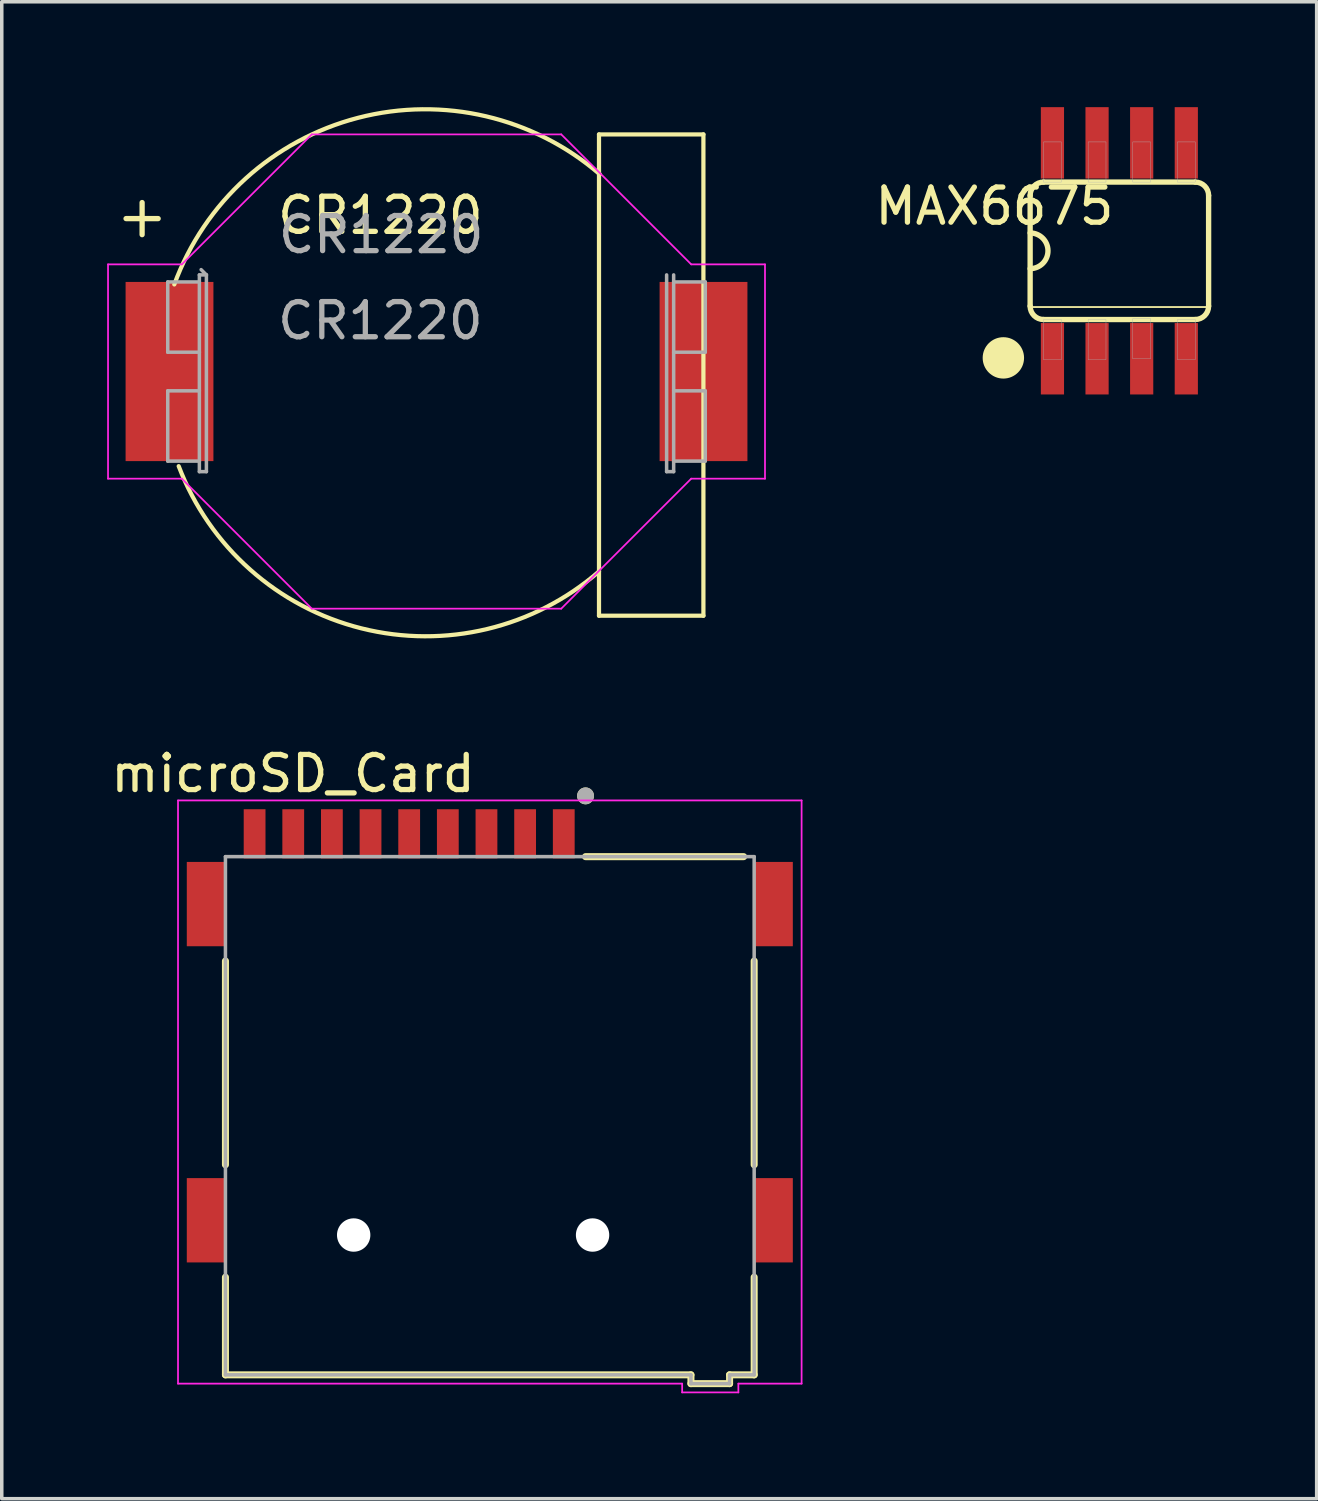
<source format=kicad_pcb>
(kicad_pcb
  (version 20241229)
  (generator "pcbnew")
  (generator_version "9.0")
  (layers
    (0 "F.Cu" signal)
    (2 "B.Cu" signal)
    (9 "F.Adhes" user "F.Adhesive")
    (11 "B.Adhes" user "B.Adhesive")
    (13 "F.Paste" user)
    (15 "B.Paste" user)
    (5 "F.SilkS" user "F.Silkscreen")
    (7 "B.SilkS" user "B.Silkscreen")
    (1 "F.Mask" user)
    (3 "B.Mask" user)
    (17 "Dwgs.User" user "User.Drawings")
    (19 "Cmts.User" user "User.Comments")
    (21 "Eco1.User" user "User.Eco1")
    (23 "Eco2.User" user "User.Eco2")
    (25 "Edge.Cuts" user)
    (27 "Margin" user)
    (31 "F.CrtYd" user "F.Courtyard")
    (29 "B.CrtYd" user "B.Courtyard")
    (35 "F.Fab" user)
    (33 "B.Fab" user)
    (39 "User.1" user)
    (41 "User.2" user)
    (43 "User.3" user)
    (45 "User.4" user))
  (footprint "CR1220"
    (layer "F.Cu")
    (at 9.352 7.476)
    (property "Reference" "CR1220" (at -1.575 -4.396 0) (unlocked yes) (layer "F.SilkS") (effects (font (size 1 1) (thickness 0.15))))
    (attr smd)
    (fp_line (start 4.648 -6.7) (end 4.648 7) (stroke (width 0.12) (type solid)) (layer "F.SilkS"))
    (fp_line (start 4.648 -6.7) (end 7.62 -6.7) (stroke (width 0.12) (type solid)) (layer "F.SilkS"))
    (fp_line (start 4.648 7) (end 7.62 7) (stroke (width 0.12) (type solid)) (layer "F.SilkS"))
    (fp_line (start 7.62 -6.7) (end 7.62 7) (stroke (width 0.12) (type solid)) (layer "F.SilkS"))
    (fp_arc (start -7.440562 -2.429759) (mid -2.205182 -7.173557) (end 4.6736 -5.5626) (stroke (width 0.12) (type solid)) (layer "F.SilkS"))
    (fp_arc (start 4.6482 5.7404) (mid -2.118797 7.358592) (end -7.3152 2.7432) (stroke (width 0.12) (type solid)) (layer "F.SilkS"))
    (fp_line (start -9.327 -3.001) (end -7.227 -3.001) (stroke (width 0.05) (type solid)) (layer "F.CrtYd"))
    (fp_line (start -9.327 3.099) (end -9.327 -3.001) (stroke (width 0.05) (type solid)) (layer "F.CrtYd"))
    (fp_line (start -9.327 3.099) (end -7.227 3.099) (stroke (width 0.05) (type solid)) (layer "F.CrtYd"))
    (fp_line (start -7.227 -3.001) (end -3.527 -6.701) (stroke (width 0.05) (type solid)) (layer "F.CrtYd"))
    (fp_line (start -3.527 -6.701) (end 3.573 -6.701) (stroke (width 0.05) (type solid)) (layer "F.CrtYd"))
    (fp_line (start -3.527 6.799) (end -7.227 3.099) (stroke (width 0.05) (type solid)) (layer "F.CrtYd"))
    (fp_line (start -3.527 6.799) (end 3.573 6.799) (stroke (width 0.05) (type solid)) (layer "F.CrtYd"))
    (fp_line (start 3.573 -6.701) (end 7.273 -3.001) (stroke (width 0.05) (type solid)) (layer "F.CrtYd"))
    (fp_line (start 3.573 6.799) (end 7.273 3.099) (stroke (width 0.05) (type solid)) (layer "F.CrtYd"))
    (fp_line (start 7.273 -3.001) (end 9.373 -3.001) (stroke (width 0.05) (type solid)) (layer "F.CrtYd"))
    (fp_line (start 9.373 -3.001) (end 9.373 3.099) (stroke (width 0.05) (type solid)) (layer "F.CrtYd"))
    (fp_line (start 9.373 3.099) (end 7.273 3.099) (stroke (width 0.05) (type solid)) (layer "F.CrtYd"))
    (fp_line (start -7.627 -2.501) (end -7.627 -0.501) (stroke (width 0.1) (type solid)) (layer "F.Fab"))
    (fp_line (start -7.627 -2.501) (end -6.727 -2.501) (stroke (width 0.1) (type solid)) (layer "F.Fab"))
    (fp_line (start -7.627 -0.501) (end -6.727 -0.501) (stroke (width 0.1) (type solid)) (layer "F.Fab"))
    (fp_line (start -7.627 0.599) (end -7.627 2.599) (stroke (width 0.1) (type solid)) (layer "F.Fab"))
    (fp_line (start -7.627 2.599) (end -6.727 2.599) (stroke (width 0.1) (type solid)) (layer "F.Fab"))
    (fp_line (start -6.727 -2.701) (end -6.527 -2.701) (stroke (width 0.1) (type solid)) (layer "F.Fab"))
    (fp_line (start -6.727 0.599) (end -7.627 0.599) (stroke (width 0.1) (type solid)) (layer "F.Fab"))
    (fp_line (start -6.727 2.899) (end -6.727 -2.701) (stroke (width 0.1) (type solid)) (layer "F.Fab"))
    (fp_line (start -6.727 2.899) (end -6.527 2.899) (stroke (width 0.1) (type solid)) (layer "F.Fab"))
    (fp_line (start -6.527 -2.701) (end -6.677 -2.851) (stroke (width 0.1) (type solid)) (layer "F.Fab"))
    (fp_line (start -6.527 2.899) (end -6.527 -2.701) (stroke (width 0.1) (type solid)) (layer "F.Fab"))
    (fp_line (start 6.573 2.899) (end 6.573 -2.701) (stroke (width 0.1) (type solid)) (layer "F.Fab"))
    (fp_line (start 6.773 -0.501) (end 7.673 -0.501) (stroke (width 0.1) (type solid)) (layer "F.Fab"))
    (fp_line (start 6.773 2.599) (end 7.673 2.599) (stroke (width 0.1) (type solid)) (layer "F.Fab"))
    (fp_line (start 6.773 2.899) (end 6.573 2.899) (stroke (width 0.1) (type solid)) (layer "F.Fab"))
    (fp_line (start 6.773 2.899) (end 6.773 -2.701) (stroke (width 0.1) (type solid)) (layer "F.Fab"))
    (fp_line (start 7.673 -2.501) (end 6.773 -2.501) (stroke (width 0.1) (type solid)) (layer "F.Fab"))
    (fp_line (start 7.673 -0.501) (end 7.673 -2.501) (stroke (width 0.1) (type solid)) (layer "F.Fab"))
    (fp_line (start 7.673 0.599) (end 6.773 0.599) (stroke (width 0.1) (type solid)) (layer "F.Fab"))
    (fp_line (start 7.673 2.599) (end 7.673 0.599) (stroke (width 0.1) (type solid)) (layer "F.Fab"))
    (fp_text user "+" (at -8.357 -4.394 0) (unlocked yes) (layer "F.SilkS") (effects (font (size 1.2 1.2) (thickness 0.15))))
    (fp_text user "${REFERENCE}" (at -1.575 -1.396 0) (unlocked yes) (layer "F.Fab") (effects (font (size 1 1) (thickness 0.15))))
    (fp_text user "${REFERENCE}" (at -1.552 -3.847 0) (layer "F.Fab") (effects (font (size 1 1) (thickness 0.15))))
    (pad "1" smd rect (at -7.577 0.049) (size 2.5 5.1) (layers "F.Cu" "F.Mask" "F.Paste"))
    (pad "2" smd rect (at 7.623 0.049) (size 2.5 5.1) (layers "F.Cu" "F.Mask" "F.Paste")))
  (footprint "microSD_Card"
    (layer "F.Cu")
    (at 10.417 32.104)
    (property "Reference" "microSD_Card" (at -5.125 -13.135 0) (layer "F.SilkS") (effects (font (size 1 1) (thickness 0.15))))
    (attr smd)
    (fp_line (start -7.05 -2) (end -7.05 -7.8) (stroke (width 0.2) (type solid)) (layer "F.SilkS"))
    (fp_line (start -7.05 3.98) (end -7.05 1.2) (stroke (width 0.2) (type solid)) (layer "F.SilkS"))
    (fp_line (start -7.05 3.98) (end 6.2 3.98) (stroke (width 0.2) (type solid)) (layer "F.SilkS"))
    (fp_line (start 3.2 -10.77) (end 7.7 -10.77) (stroke (width 0.2) (type solid)) (layer "F.SilkS"))
    (fp_line (start 6.2 3.98) (end 6.2 4.23) (stroke (width 0.2) (type solid)) (layer "F.SilkS"))
    (fp_line (start 6.2 4.23) (end 7.3 4.23) (stroke (width 0.2) (type solid)) (layer "F.SilkS"))
    (fp_line (start 7.3 3.98) (end 8 3.98) (stroke (width 0.2) (type solid)) (layer "F.SilkS"))
    (fp_line (start 7.3 4.23) (end 7.3 3.98) (stroke (width 0.2) (type solid)) (layer "F.SilkS"))
    (fp_line (start 8 -2) (end 8 -7.8) (stroke (width 0.2) (type solid)) (layer "F.SilkS"))
    (fp_line (start 8 3.98) (end 8 1.2) (stroke (width 0.2) (type solid)) (layer "F.SilkS"))
    (fp_circle (center 3.2 -12.5) (end 3.32 -12.5) (stroke (width 0.24) (type solid)) (fill no) (layer "F.SilkS"))
    (fp_line (start -8.4 -12.37) (end 9.35 -12.37) (stroke (width 0.05) (type solid)) (layer "F.CrtYd"))
    (fp_line (start -8.4 4.23) (end -8.4 -12.37) (stroke (width 0.05) (type solid)) (layer "F.CrtYd"))
    (fp_line (start -8.4 4.23) (end 5.95 4.23) (stroke (width 0.05) (type solid)) (layer "F.CrtYd"))
    (fp_line (start 5.95 4.23) (end 5.95 4.48) (stroke (width 0.05) (type solid)) (layer "F.CrtYd"))
    (fp_line (start 5.95 4.48) (end 7.55 4.48) (stroke (width 0.05) (type solid)) (layer "F.CrtYd"))
    (fp_line (start 7.55 4.23) (end 9.35 4.23) (stroke (width 0.05) (type solid)) (layer "F.CrtYd"))
    (fp_line (start 7.55 4.48) (end 7.55 4.23) (stroke (width 0.05) (type solid)) (layer "F.CrtYd"))
    (fp_line (start 9.35 -12.37) (end 9.35 4.23) (stroke (width 0.05) (type solid)) (layer "F.CrtYd"))
    (fp_line (start -7.05 -10.77) (end 8 -10.77) (stroke (width 0.1) (type solid)) (layer "F.Fab"))
    (fp_line (start -7.05 3.98) (end -7.05 -10.77) (stroke (width 0.1) (type solid)) (layer "F.Fab"))
    (fp_line (start -7.05 3.98) (end 6.2 3.98) (stroke (width 0.1) (type solid)) (layer "F.Fab"))
    (fp_line (start 6.2 3.98) (end 6.2 4.23) (stroke (width 0.1) (type solid)) (layer "F.Fab"))
    (fp_line (start 6.2 4.23) (end 7.3 4.23) (stroke (width 0.1) (type solid)) (layer "F.Fab"))
    (fp_line (start 7.3 3.98) (end 8 3.98) (stroke (width 0.1) (type solid)) (layer "F.Fab"))
    (fp_line (start 7.3 4.23) (end 7.3 3.98) (stroke (width 0.1) (type solid)) (layer "F.Fab"))
    (fp_line (start 8 3.98) (end 8 -10.77) (stroke (width 0.1) (type solid)) (layer "F.Fab"))
    (fp_circle (center 3.2 -12.5) (end 3.32 -12.5) (stroke (width 0.24) (type solid)) (fill no) (layer "F.Fab"))
    (pad "" np_thru_hole circle (at -3.4 0) (size 0.95 0.95) (drill 0.95) (layers "*.Cu" "*.Mask"))
    (pad "" np_thru_hole circle (at 3.4 0) (size 0.95 0.95) (drill 0.95) (layers "*.Cu" "*.Mask"))
    (pad "P1" smd rect (at 2.58 -11.42) (size 0.62 1.4) (layers "F.Cu" "F.Mask" "F.Paste"))
    (pad "P2" smd rect (at 1.48 -11.42) (size 0.62 1.4) (layers "F.Cu" "F.Mask" "F.Paste"))
    (pad "P3" smd rect (at 0.38 -11.42) (size 0.62 1.4) (layers "F.Cu" "F.Mask" "F.Paste"))
    (pad "P4" smd rect (at -0.72 -11.42) (size 0.62 1.4) (layers "F.Cu" "F.Mask" "F.Paste"))
    (pad "P5" smd rect (at -1.82 -11.42) (size 0.62 1.4) (layers "F.Cu" "F.Mask" "F.Paste"))
    (pad "P6" smd rect (at -2.92 -11.42) (size 0.62 1.4) (layers "F.Cu" "F.Mask" "F.Paste"))
    (pad "P7" smd rect (at -4.02 -11.42) (size 0.62 1.4) (layers "F.Cu" "F.Mask" "F.Paste"))
    (pad "P8" smd rect (at -5.12 -11.42) (size 0.62 1.4) (layers "F.Cu" "F.Mask" "F.Paste"))
    (pad "P9" smd rect (at -6.22 -11.42) (size 0.62 1.4) (layers "F.Cu" "F.Mask" "F.Paste"))
    (pad "SH1" smd rect (at -7.6 -0.42) (size 1.1 2.4) (layers "F.Cu" "F.Mask" "F.Paste"))
    (pad "SH2" smd rect (at -7.6 -9.42) (size 1.1 2.4) (layers "F.Cu" "F.Mask" "F.Paste"))
    (pad "SH3" smd rect (at 8.55 -9.42) (size 1.1 2.4) (layers "F.Cu" "F.Mask" "F.Paste"))
    (pad "SH4" smd rect (at 8.55 -0.42) (size 1.1 2.4) (layers "F.Cu" "F.Mask" "F.Paste"))
    (zone (net_name "") (layer "F.Cu") (hatch full 0.508) (connect_pads) (min_thickness 0.01) (filled_areas_thickness no) (keepout (tracks not_allowed) (vias not_allowed) (pads not_allowed) (copperpour not_allowed) (footprints allowed)) (placement (enabled no)) (fill) (polygon (pts (xy 3.367 24.184) (xy 13.567 24.184) (xy 13.567 28.234) (xy 3.367 28.234))))
    (zone (net_name "") (layers "F.Cu" "B.Cu") (hatch full 0.508) (connect_pads) (min_thickness 0.01) (filled_areas_thickness no) (keepout (tracks allowed) (vias not_allowed) (pads allowed) (copperpour allowed) (footprints allowed)) (placement (enabled no)) (fill) (polygon (pts (xy 3.367 24.184) (xy 13.567 24.184) (xy 13.567 28.234) (xy 3.367 28.234)))))
  (footprint "MAX6675"
    (layer "F.Cu")
    (at 28.812 4.089)
    (property "Reference" "MAX6675" (at -3.556 -1.27 180) (layer "F.SilkS") (effects (font (size 1 1) (thickness 0.15))))
    (attr smd)
    (fp_line (start -2.54 -1.575) (end -2.54 1.575) (stroke (width 0.152) (type solid)) (layer "F.SilkS"))
    (fp_line (start -2.54 1.6) (end 2.54 1.6) (stroke (width 0.051) (type solid)) (layer "F.SilkS"))
    (fp_line (start -2.159 1.956) (end 2.159 1.956) (stroke (width 0.152) (type solid)) (layer "F.SilkS"))
    (fp_line (start 2.159 -1.956) (end -2.159 -1.956) (stroke (width 0.152) (type solid)) (layer "F.SilkS"))
    (fp_line (start 2.54 1.575) (end 2.54 -1.575) (stroke (width 0.152) (type solid)) (layer "F.SilkS"))
    (fp_arc (start -2.54 -1.5748) (mid -2.428408 -1.844208) (end -2.159 -1.9558) (stroke (width 0.1524) (type solid)) (layer "F.SilkS"))
    (fp_arc (start -2.54 -0.508) (mid -2.032 0) (end -2.54 0.508) (stroke (width 0.1524) (type solid)) (layer "F.SilkS"))
    (fp_arc (start -2.159 1.9558) (mid -2.428408 1.844208) (end -2.54 1.5748) (stroke (width 0.1524) (type solid)) (layer "F.SilkS"))
    (fp_arc (start 2.159 -1.9558) (mid 2.428408 -1.844208) (end 2.54 -1.5748) (stroke (width 0.1524) (type solid)) (layer "F.SilkS"))
    (fp_arc (start 2.54 1.5748) (mid 2.428408 1.844208) (end 2.159 1.9558) (stroke (width 0.1524) (type solid)) (layer "F.SilkS"))
    (fp_circle (center -3.302 3.048) (end -2.763 3.048) (stroke (width 0.1) (type solid)) (fill yes) (layer "F.SilkS"))
    (fp_poly (pts (xy -2.159 -3.099) (xy -1.651 -3.099) (xy -1.651 -1.956) (xy -2.159 -1.956)) (stroke (width 0.01) (type solid)) (fill no) (layer "F.Fab"))
    (fp_poly (pts (xy -2.159 1.956) (xy -1.651 1.956) (xy -1.651 3.099) (xy -2.159 3.099)) (stroke (width 0.01) (type solid)) (fill no) (layer "F.Fab"))
    (fp_poly (pts (xy -0.889 -3.099) (xy -0.381 -3.099) (xy -0.381 -1.956) (xy -0.889 -1.956)) (stroke (width 0.01) (type solid)) (fill no) (layer "F.Fab"))
    (fp_poly (pts (xy -0.889 1.956) (xy -0.381 1.956) (xy -0.381 3.099) (xy -0.889 3.099)) (stroke (width 0.01) (type solid)) (fill no) (layer "F.Fab"))
    (fp_poly (pts (xy 0.381 -3.099) (xy 0.889 -3.099) (xy 0.889 -1.956) (xy 0.381 -1.956)) (stroke (width 0.01) (type solid)) (fill no) (layer "F.Fab"))
    (fp_poly (pts (xy 0.381 1.93) (xy 0.889 1.93) (xy 0.889 3.073) (xy 0.381 3.073)) (stroke (width 0.01) (type solid)) (fill no) (layer "F.Fab"))
    (fp_poly (pts (xy 1.651 -3.099) (xy 2.159 -3.099) (xy 2.159 -1.956) (xy 1.651 -1.956)) (stroke (width 0.01) (type solid)) (fill no) (layer "F.Fab"))
    (fp_poly (pts (xy 1.651 1.956) (xy 2.159 1.956) (xy 2.159 3.099) (xy 1.651 3.099)) (stroke (width 0.01) (type solid)) (fill no) (layer "F.Fab"))
    (pad "1" smd rect (at -1.905 3.073) (size 0.66 2.032) (layers "F.Cu" "F.Mask" "F.Paste"))
    (pad "2" smd rect (at -0.635 3.073) (size 0.66 2.032) (layers "F.Cu" "F.Mask" "F.Paste"))
    (pad "3" smd rect (at 0.635 3.073) (size 0.66 2.032) (layers "F.Cu" "F.Mask" "F.Paste"))
    (pad "4" smd rect (at 1.905 3.073) (size 0.66 2.032) (layers "F.Cu" "F.Mask" "F.Paste"))
    (pad "5" smd rect (at 1.905 -3.073) (size 0.66 2.032) (layers "F.Cu" "F.Mask" "F.Paste"))
    (pad "6" smd rect (at 0.635 -3.073) (size 0.66 2.032) (layers "F.Cu" "F.Mask" "F.Paste"))
    (pad "7" smd rect (at -0.635 -3.073) (size 0.66 2.032) (layers "F.Cu" "F.Mask" "F.Paste"))
    (pad "8" smd rect (at -1.905 -3.073) (size 0.66 2.032) (layers "F.Cu" "F.Mask" "F.Paste")))
  (gr_rect
    (start -3 -3)
    (end 34.428 39.609)
    (stroke (width 0.1) (type default))
    (fill no)
    (layer "Edge.Cuts")))
</source>
